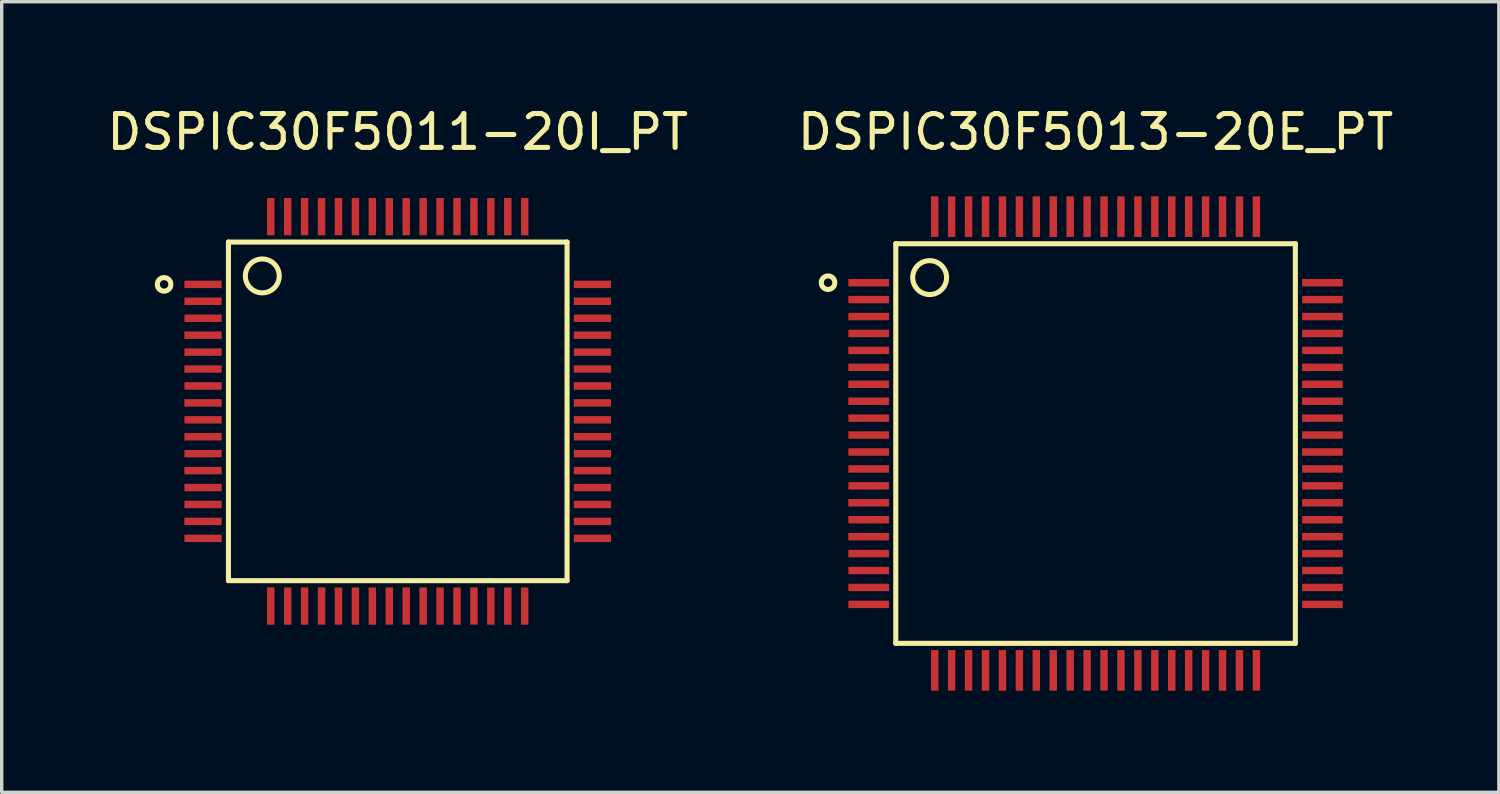
<source format=kicad_pcb>
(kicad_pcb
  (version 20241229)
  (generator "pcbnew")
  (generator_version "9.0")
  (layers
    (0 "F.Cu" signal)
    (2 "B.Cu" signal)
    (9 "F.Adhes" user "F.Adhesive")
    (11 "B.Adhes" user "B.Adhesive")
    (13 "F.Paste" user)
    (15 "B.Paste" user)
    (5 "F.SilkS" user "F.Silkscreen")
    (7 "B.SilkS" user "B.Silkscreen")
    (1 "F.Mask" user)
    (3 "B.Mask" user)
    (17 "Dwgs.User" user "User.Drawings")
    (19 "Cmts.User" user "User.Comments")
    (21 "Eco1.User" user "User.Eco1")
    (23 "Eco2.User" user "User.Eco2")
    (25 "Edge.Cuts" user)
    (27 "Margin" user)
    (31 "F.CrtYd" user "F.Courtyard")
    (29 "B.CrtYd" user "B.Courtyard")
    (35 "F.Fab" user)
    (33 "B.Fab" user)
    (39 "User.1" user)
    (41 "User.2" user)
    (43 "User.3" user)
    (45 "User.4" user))
  (footprint "DSPIC30F5013-20E_PT"
    (layer "F.Cu")
    (at 22.604 3.348)
    (property "Reference" "DSPIC30F5013-20E_PT" (at 6.7 -2.5 0) (layer "F.SilkS") (effects (font (size 1 1) (thickness 0.15))))
    (attr through_hole)
    (fp_line (start 0.8 0.8) (end 0.8 12.6) (stroke (width 0.15) (type solid)) (layer "F.SilkS"))
    (fp_line (start 0.8 0.8) (end 12.6 0.8) (stroke (width 0.15) (type solid)) (layer "F.SilkS"))
    (fp_line (start 0.8 12.6) (end 12.6 12.6) (stroke (width 0.15) (type solid)) (layer "F.SilkS"))
    (fp_line (start 12.6 12.6) (end 12.6 0.8) (stroke (width 0.15) (type solid)) (layer "F.SilkS"))
    (fp_circle (center -1.2 1.95) (end -1.2 1.75) (stroke (width 0.15) (type solid)) (fill no) (layer "F.SilkS"))
    (fp_circle (center 1.8 1.8) (end 1.8 1.3) (stroke (width 0.15) (type solid)) (fill no) (layer "F.SilkS"))
    (pad "1" smd rect (at 0 1.95) (size 1.2 0.22) (layers "F.Cu" "F.Mask" "F.Paste"))
    (pad "2" smd rect (at 0 2.45) (size 1.2 0.22) (layers "F.Cu" "F.Mask" "F.Paste"))
    (pad "3" smd rect (at 0 2.95) (size 1.2 0.22) (layers "F.Cu" "F.Mask" "F.Paste"))
    (pad "4" smd rect (at 0 3.45) (size 1.2 0.22) (layers "F.Cu" "F.Mask" "F.Paste"))
    (pad "5" smd rect (at 0 3.95) (size 1.2 0.22) (layers "F.Cu" "F.Mask" "F.Paste"))
    (pad "6" smd rect (at 0 4.45) (size 1.2 0.22) (layers "F.Cu" "F.Mask" "F.Paste"))
    (pad "7" smd rect (at 0 4.95) (size 1.2 0.22) (layers "F.Cu" "F.Mask" "F.Paste"))
    (pad "8" smd rect (at 0 5.45) (size 1.2 0.22) (layers "F.Cu" "F.Mask" "F.Paste"))
    (pad "9" smd rect (at 0 5.95) (size 1.2 0.22) (layers "F.Cu" "F.Mask" "F.Paste"))
    (pad "10" smd rect (at 0 6.45) (size 1.2 0.22) (layers "F.Cu" "F.Mask" "F.Paste"))
    (pad "11" smd rect (at 0 6.95) (size 1.2 0.22) (layers "F.Cu" "F.Mask" "F.Paste"))
    (pad "12" smd rect (at 0 7.45) (size 1.2 0.22) (layers "F.Cu" "F.Mask" "F.Paste"))
    (pad "13" smd rect (at 0 7.95) (size 1.2 0.22) (layers "F.Cu" "F.Mask" "F.Paste"))
    (pad "14" smd rect (at 0 8.45) (size 1.2 0.22) (layers "F.Cu" "F.Mask" "F.Paste"))
    (pad "15" smd rect (at 0 8.95) (size 1.2 0.22) (layers "F.Cu" "F.Mask" "F.Paste"))
    (pad "16" smd rect (at 0 9.45) (size 1.2 0.22) (layers "F.Cu" "F.Mask" "F.Paste"))
    (pad "17" smd rect (at 0 9.95) (size 1.2 0.22) (layers "F.Cu" "F.Mask" "F.Paste"))
    (pad "18" smd rect (at 0 10.45) (size 1.2 0.22) (layers "F.Cu" "F.Mask" "F.Paste"))
    (pad "19" smd rect (at 0 10.95) (size 1.2 0.22) (layers "F.Cu" "F.Mask" "F.Paste"))
    (pad "20" smd rect (at 0 11.45) (size 1.2 0.22) (layers "F.Cu" "F.Mask" "F.Paste"))
    (pad "21" smd rect (at 1.95 13.4) (size 0.22 1.2) (layers "F.Cu" "F.Mask" "F.Paste"))
    (pad "22" smd rect (at 2.45 13.4) (size 0.22 1.2) (layers "F.Cu" "F.Mask" "F.Paste"))
    (pad "23" smd rect (at 2.95 13.4) (size 0.22 1.2) (layers "F.Cu" "F.Mask" "F.Paste"))
    (pad "24" smd rect (at 3.45 13.4) (size 0.22 1.2) (layers "F.Cu" "F.Mask" "F.Paste"))
    (pad "25" smd rect (at 3.95 13.4) (size 0.22 1.2) (layers "F.Cu" "F.Mask" "F.Paste"))
    (pad "26" smd rect (at 4.45 13.4) (size 0.22 1.2) (layers "F.Cu" "F.Mask" "F.Paste"))
    (pad "27" smd rect (at 4.95 13.4) (size 0.22 1.2) (layers "F.Cu" "F.Mask" "F.Paste"))
    (pad "28" smd rect (at 5.45 13.4) (size 0.22 1.2) (layers "F.Cu" "F.Mask" "F.Paste"))
    (pad "29" smd rect (at 5.95 13.4) (size 0.22 1.2) (layers "F.Cu" "F.Mask" "F.Paste"))
    (pad "30" smd rect (at 6.45 13.4) (size 0.22 1.2) (layers "F.Cu" "F.Mask" "F.Paste"))
    (pad "31" smd rect (at 6.95 13.4) (size 0.22 1.2) (layers "F.Cu" "F.Mask" "F.Paste"))
    (pad "32" smd rect (at 7.45 13.4) (size 0.22 1.2) (layers "F.Cu" "F.Mask" "F.Paste"))
    (pad "33" smd rect (at 7.95 13.4) (size 0.22 1.2) (layers "F.Cu" "F.Mask" "F.Paste"))
    (pad "34" smd rect (at 8.45 13.4) (size 0.22 1.2) (layers "F.Cu" "F.Mask" "F.Paste"))
    (pad "35" smd rect (at 8.95 13.4) (size 0.22 1.2) (layers "F.Cu" "F.Mask" "F.Paste"))
    (pad "36" smd rect (at 9.45 13.4) (size 0.22 1.2) (layers "F.Cu" "F.Mask" "F.Paste"))
    (pad "37" smd rect (at 9.95 13.4) (size 0.22 1.2) (layers "F.Cu" "F.Mask" "F.Paste"))
    (pad "38" smd rect (at 10.45 13.4) (size 0.22 1.2) (layers "F.Cu" "F.Mask" "F.Paste"))
    (pad "39" smd rect (at 10.95 13.4) (size 0.22 1.2) (layers "F.Cu" "F.Mask" "F.Paste"))
    (pad "40" smd rect (at 11.45 13.4) (size 0.22 1.2) (layers "F.Cu" "F.Mask" "F.Paste"))
    (pad "41" smd rect (at 13.4 11.45) (size 1.2 0.22) (layers "F.Cu" "F.Mask" "F.Paste"))
    (pad "42" smd rect (at 13.4 10.95) (size 1.2 0.22) (layers "F.Cu" "F.Mask" "F.Paste"))
    (pad "43" smd rect (at 13.4 10.45) (size 1.2 0.22) (layers "F.Cu" "F.Mask" "F.Paste"))
    (pad "44" smd rect (at 13.4 9.95) (size 1.2 0.22) (layers "F.Cu" "F.Mask" "F.Paste"))
    (pad "45" smd rect (at 13.4 9.45) (size 1.2 0.22) (layers "F.Cu" "F.Mask" "F.Paste"))
    (pad "46" smd rect (at 13.4 8.95) (size 1.2 0.22) (layers "F.Cu" "F.Mask" "F.Paste"))
    (pad "47" smd rect (at 13.4 8.45) (size 1.2 0.22) (layers "F.Cu" "F.Mask" "F.Paste"))
    (pad "48" smd rect (at 13.4 7.95) (size 1.2 0.22) (layers "F.Cu" "F.Mask" "F.Paste"))
    (pad "49" smd rect (at 13.4 7.45) (size 1.2 0.22) (layers "F.Cu" "F.Mask" "F.Paste"))
    (pad "50" smd rect (at 13.4 6.95) (size 1.2 0.22) (layers "F.Cu" "F.Mask" "F.Paste"))
    (pad "51" smd rect (at 13.4 6.45) (size 1.2 0.22) (layers "F.Cu" "F.Mask" "F.Paste"))
    (pad "52" smd rect (at 13.4 5.95) (size 1.2 0.22) (layers "F.Cu" "F.Mask" "F.Paste"))
    (pad "53" smd rect (at 13.4 5.45) (size 1.2 0.22) (layers "F.Cu" "F.Mask" "F.Paste"))
    (pad "54" smd rect (at 13.4 4.95) (size 1.2 0.22) (layers "F.Cu" "F.Mask" "F.Paste"))
    (pad "55" smd rect (at 13.4 4.45) (size 1.2 0.22) (layers "F.Cu" "F.Mask" "F.Paste"))
    (pad "56" smd rect (at 13.4 3.95) (size 1.2 0.22) (layers "F.Cu" "F.Mask" "F.Paste"))
    (pad "57" smd rect (at 13.4 3.45) (size 1.2 0.22) (layers "F.Cu" "F.Mask" "F.Paste"))
    (pad "58" smd rect (at 13.4 2.95) (size 1.2 0.22) (layers "F.Cu" "F.Mask" "F.Paste"))
    (pad "59" smd rect (at 13.4 2.45) (size 1.2 0.22) (layers "F.Cu" "F.Mask" "F.Paste"))
    (pad "60" smd rect (at 13.4 1.95) (size 1.2 0.22) (layers "F.Cu" "F.Mask" "F.Paste"))
    (pad "61" smd rect (at 11.45 0) (size 0.22 1.2) (layers "F.Cu" "F.Mask" "F.Paste"))
    (pad "62" smd rect (at 10.95 0) (size 0.22 1.2) (layers "F.Cu" "F.Mask" "F.Paste"))
    (pad "63" smd rect (at 10.45 0) (size 0.22 1.2) (layers "F.Cu" "F.Mask" "F.Paste"))
    (pad "64" smd rect (at 9.95 0) (size 0.22 1.2) (layers "F.Cu" "F.Mask" "F.Paste"))
    (pad "65" smd rect (at 9.45 0) (size 0.22 1.2) (layers "F.Cu" "F.Mask" "F.Paste"))
    (pad "66" smd rect (at 8.95 0) (size 0.22 1.2) (layers "F.Cu" "F.Mask" "F.Paste"))
    (pad "67" smd rect (at 8.45 0) (size 0.22 1.2) (layers "F.Cu" "F.Mask" "F.Paste"))
    (pad "68" smd rect (at 7.95 0) (size 0.22 1.2) (layers "F.Cu" "F.Mask" "F.Paste"))
    (pad "69" smd rect (at 7.45 0) (size 0.22 1.2) (layers "F.Cu" "F.Mask" "F.Paste"))
    (pad "70" smd rect (at 6.95 0) (size 0.22 1.2) (layers "F.Cu" "F.Mask" "F.Paste"))
    (pad "71" smd rect (at 6.45 0) (size 0.22 1.2) (layers "F.Cu" "F.Mask" "F.Paste"))
    (pad "72" smd rect (at 5.95 0) (size 0.22 1.2) (layers "F.Cu" "F.Mask" "F.Paste"))
    (pad "73" smd rect (at 5.45 0) (size 0.22 1.2) (layers "F.Cu" "F.Mask" "F.Paste"))
    (pad "74" smd rect (at 4.95 0) (size 0.22 1.2) (layers "F.Cu" "F.Mask" "F.Paste"))
    (pad "75" smd rect (at 4.45 0) (size 0.22 1.2) (layers "F.Cu" "F.Mask" "F.Paste"))
    (pad "76" smd rect (at 3.95 0) (size 0.22 1.2) (layers "F.Cu" "F.Mask" "F.Paste"))
    (pad "77" smd rect (at 3.45 0) (size 0.22 1.2) (layers "F.Cu" "F.Mask" "F.Paste"))
    (pad "78" smd rect (at 2.95 0) (size 0.22 1.2) (layers "F.Cu" "F.Mask" "F.Paste"))
    (pad "79" smd rect (at 2.45 0) (size 0.22 1.2) (layers "F.Cu" "F.Mask" "F.Paste"))
    (pad "80" smd rect (at 1.95 0) (size 0.22 1.2) (layers "F.Cu" "F.Mask" "F.Paste")))
  (footprint "DSPIC30F5011-20I_PT"
    (layer "F.Cu")
    (at 2.946 3.348)
    (property "Reference" "DSPIC30F5011-20I_PT" (at 5.75 -2.5 0) (layer "F.SilkS") (effects (font (size 1 1) (thickness 0.15))))
    (attr through_hole)
    (fp_line (start 0.75 0.75) (end 0.75 10.75) (stroke (width 0.15) (type solid)) (layer "F.SilkS"))
    (fp_line (start 0.75 0.75) (end 10.75 0.75) (stroke (width 0.15) (type solid)) (layer "F.SilkS"))
    (fp_line (start 0.75 10.75) (end 10.75 10.75) (stroke (width 0.15) (type solid)) (layer "F.SilkS"))
    (fp_line (start 10.75 10.75) (end 10.75 0.75) (stroke (width 0.15) (type solid)) (layer "F.SilkS"))
    (fp_circle (center -1.15 2) (end -1.15 1.8) (stroke (width 0.15) (type solid)) (fill no) (layer "F.SilkS"))
    (fp_circle (center 1.75 1.75) (end 1.75 1.25) (stroke (width 0.15) (type solid)) (fill no) (layer "F.SilkS"))
    (pad "1" smd rect (at 0 2) (size 1.1 0.22) (layers "F.Cu" "F.Mask" "F.Paste"))
    (pad "2" smd rect (at 0 2.5) (size 1.1 0.22) (layers "F.Cu" "F.Mask" "F.Paste"))
    (pad "3" smd rect (at 0 3) (size 1.1 0.22) (layers "F.Cu" "F.Mask" "F.Paste"))
    (pad "4" smd rect (at 0 3.5) (size 1.1 0.22) (layers "F.Cu" "F.Mask" "F.Paste"))
    (pad "5" smd rect (at 0 4) (size 1.1 0.22) (layers "F.Cu" "F.Mask" "F.Paste"))
    (pad "6" smd rect (at 0 4.5) (size 1.1 0.22) (layers "F.Cu" "F.Mask" "F.Paste"))
    (pad "7" smd rect (at 0 5) (size 1.1 0.22) (layers "F.Cu" "F.Mask" "F.Paste"))
    (pad "8" smd rect (at 0 5.5) (size 1.1 0.22) (layers "F.Cu" "F.Mask" "F.Paste"))
    (pad "9" smd rect (at 0 6) (size 1.1 0.22) (layers "F.Cu" "F.Mask" "F.Paste"))
    (pad "10" smd rect (at 0 6.5) (size 1.1 0.22) (layers "F.Cu" "F.Mask" "F.Paste"))
    (pad "11" smd rect (at 0 7) (size 1.1 0.22) (layers "F.Cu" "F.Mask" "F.Paste"))
    (pad "12" smd rect (at 0 7.5) (size 1.1 0.22) (layers "F.Cu" "F.Mask" "F.Paste"))
    (pad "13" smd rect (at 0 8) (size 1.1 0.22) (layers "F.Cu" "F.Mask" "F.Paste"))
    (pad "14" smd rect (at 0 8.5) (size 1.1 0.22) (layers "F.Cu" "F.Mask" "F.Paste"))
    (pad "15" smd rect (at 0 9) (size 1.1 0.22) (layers "F.Cu" "F.Mask" "F.Paste"))
    (pad "16" smd rect (at 0 9.5) (size 1.1 0.22) (layers "F.Cu" "F.Mask" "F.Paste"))
    (pad "17" smd rect (at 2 11.5) (size 0.22 1.1) (layers "F.Cu" "F.Mask" "F.Paste"))
    (pad "18" smd rect (at 2.5 11.5) (size 0.22 1.1) (layers "F.Cu" "F.Mask" "F.Paste"))
    (pad "19" smd rect (at 3 11.5) (size 0.22 1.1) (layers "F.Cu" "F.Mask" "F.Paste"))
    (pad "20" smd rect (at 3.5 11.5) (size 0.22 1.1) (layers "F.Cu" "F.Mask" "F.Paste"))
    (pad "21" smd rect (at 4 11.5) (size 0.22 1.1) (layers "F.Cu" "F.Mask" "F.Paste"))
    (pad "22" smd rect (at 4.5 11.5) (size 0.22 1.1) (layers "F.Cu" "F.Mask" "F.Paste"))
    (pad "23" smd rect (at 5 11.5) (size 0.22 1.1) (layers "F.Cu" "F.Mask" "F.Paste"))
    (pad "24" smd rect (at 5.5 11.5) (size 0.22 1.1) (layers "F.Cu" "F.Mask" "F.Paste"))
    (pad "25" smd rect (at 6 11.5) (size 0.22 1.1) (layers "F.Cu" "F.Mask" "F.Paste"))
    (pad "26" smd rect (at 6.5 11.5) (size 0.22 1.1) (layers "F.Cu" "F.Mask" "F.Paste"))
    (pad "27" smd rect (at 7 11.5) (size 0.22 1.1) (layers "F.Cu" "F.Mask" "F.Paste"))
    (pad "28" smd rect (at 7.5 11.5) (size 0.22 1.1) (layers "F.Cu" "F.Mask" "F.Paste"))
    (pad "29" smd rect (at 8 11.5) (size 0.22 1.1) (layers "F.Cu" "F.Mask" "F.Paste"))
    (pad "30" smd rect (at 8.5 11.5) (size 0.22 1.1) (layers "F.Cu" "F.Mask" "F.Paste"))
    (pad "31" smd rect (at 9 11.5) (size 0.22 1.1) (layers "F.Cu" "F.Mask" "F.Paste"))
    (pad "32" smd rect (at 9.5 11.5) (size 0.22 1.1) (layers "F.Cu" "F.Mask" "F.Paste"))
    (pad "33" smd rect (at 11.5 9.5) (size 1.1 0.22) (layers "F.Cu" "F.Mask" "F.Paste"))
    (pad "34" smd rect (at 11.5 9) (size 1.1 0.22) (layers "F.Cu" "F.Mask" "F.Paste"))
    (pad "35" smd rect (at 11.5 8.5) (size 1.1 0.22) (layers "F.Cu" "F.Mask" "F.Paste"))
    (pad "36" smd rect (at 11.5 8) (size 1.1 0.22) (layers "F.Cu" "F.Mask" "F.Paste"))
    (pad "37" smd rect (at 11.5 7.5) (size 1.1 0.22) (layers "F.Cu" "F.Mask" "F.Paste"))
    (pad "38" smd rect (at 11.5 7) (size 1.1 0.22) (layers "F.Cu" "F.Mask" "F.Paste"))
    (pad "39" smd rect (at 11.5 6.5) (size 1.1 0.22) (layers "F.Cu" "F.Mask" "F.Paste"))
    (pad "40" smd rect (at 11.5 6) (size 1.1 0.22) (layers "F.Cu" "F.Mask" "F.Paste"))
    (pad "41" smd rect (at 11.5 5.5) (size 1.1 0.22) (layers "F.Cu" "F.Mask" "F.Paste"))
    (pad "42" smd rect (at 11.5 5) (size 1.1 0.22) (layers "F.Cu" "F.Mask" "F.Paste"))
    (pad "43" smd rect (at 11.5 4.5) (size 1.1 0.22) (layers "F.Cu" "F.Mask" "F.Paste"))
    (pad "44" smd rect (at 11.5 4) (size 1.1 0.22) (layers "F.Cu" "F.Mask" "F.Paste"))
    (pad "45" smd rect (at 11.5 3.5) (size 1.1 0.22) (layers "F.Cu" "F.Mask" "F.Paste"))
    (pad "46" smd rect (at 11.5 3) (size 1.1 0.22) (layers "F.Cu" "F.Mask" "F.Paste"))
    (pad "47" smd rect (at 11.5 2.5) (size 1.1 0.22) (layers "F.Cu" "F.Mask" "F.Paste"))
    (pad "48" smd rect (at 11.5 2) (size 1.1 0.22) (layers "F.Cu" "F.Mask" "F.Paste"))
    (pad "49" smd rect (at 9.5 0) (size 0.22 1.1) (layers "F.Cu" "F.Mask" "F.Paste"))
    (pad "50" smd rect (at 9 0) (size 0.22 1.1) (layers "F.Cu" "F.Mask" "F.Paste"))
    (pad "51" smd rect (at 8.5 0) (size 0.22 1.1) (layers "F.Cu" "F.Mask" "F.Paste"))
    (pad "52" smd rect (at 8 0) (size 0.22 1.1) (layers "F.Cu" "F.Mask" "F.Paste"))
    (pad "53" smd rect (at 7.5 0) (size 0.22 1.1) (layers "F.Cu" "F.Mask" "F.Paste"))
    (pad "54" smd rect (at 7 0) (size 0.22 1.1) (layers "F.Cu" "F.Mask" "F.Paste"))
    (pad "55" smd rect (at 6.5 0) (size 0.22 1.1) (layers "F.Cu" "F.Mask" "F.Paste"))
    (pad "56" smd rect (at 6 0) (size 0.22 1.1) (layers "F.Cu" "F.Mask" "F.Paste"))
    (pad "57" smd rect (at 5.5 0) (size 0.22 1.1) (layers "F.Cu" "F.Mask" "F.Paste"))
    (pad "58" smd rect (at 5 0) (size 0.22 1.1) (layers "F.Cu" "F.Mask" "F.Paste"))
    (pad "59" smd rect (at 4.5 0) (size 0.22 1.1) (layers "F.Cu" "F.Mask" "F.Paste"))
    (pad "60" smd rect (at 4 0) (size 0.22 1.1) (layers "F.Cu" "F.Mask" "F.Paste"))
    (pad "61" smd rect (at 3.5 0) (size 0.22 1.1) (layers "F.Cu" "F.Mask" "F.Paste"))
    (pad "62" smd rect (at 3 0) (size 0.22 1.1) (layers "F.Cu" "F.Mask" "F.Paste"))
    (pad "63" smd rect (at 2.5 0) (size 0.22 1.1) (layers "F.Cu" "F.Mask" "F.Paste"))
    (pad "64" smd rect (at 2 0) (size 0.22 1.1) (layers "F.Cu" "F.Mask" "F.Paste")))
  (gr_rect
    (start -3 -3)
    (end 41.214 20.348)
    (stroke (width 0.1) (type default))
    (fill no)
    (layer "Edge.Cuts")))
</source>
